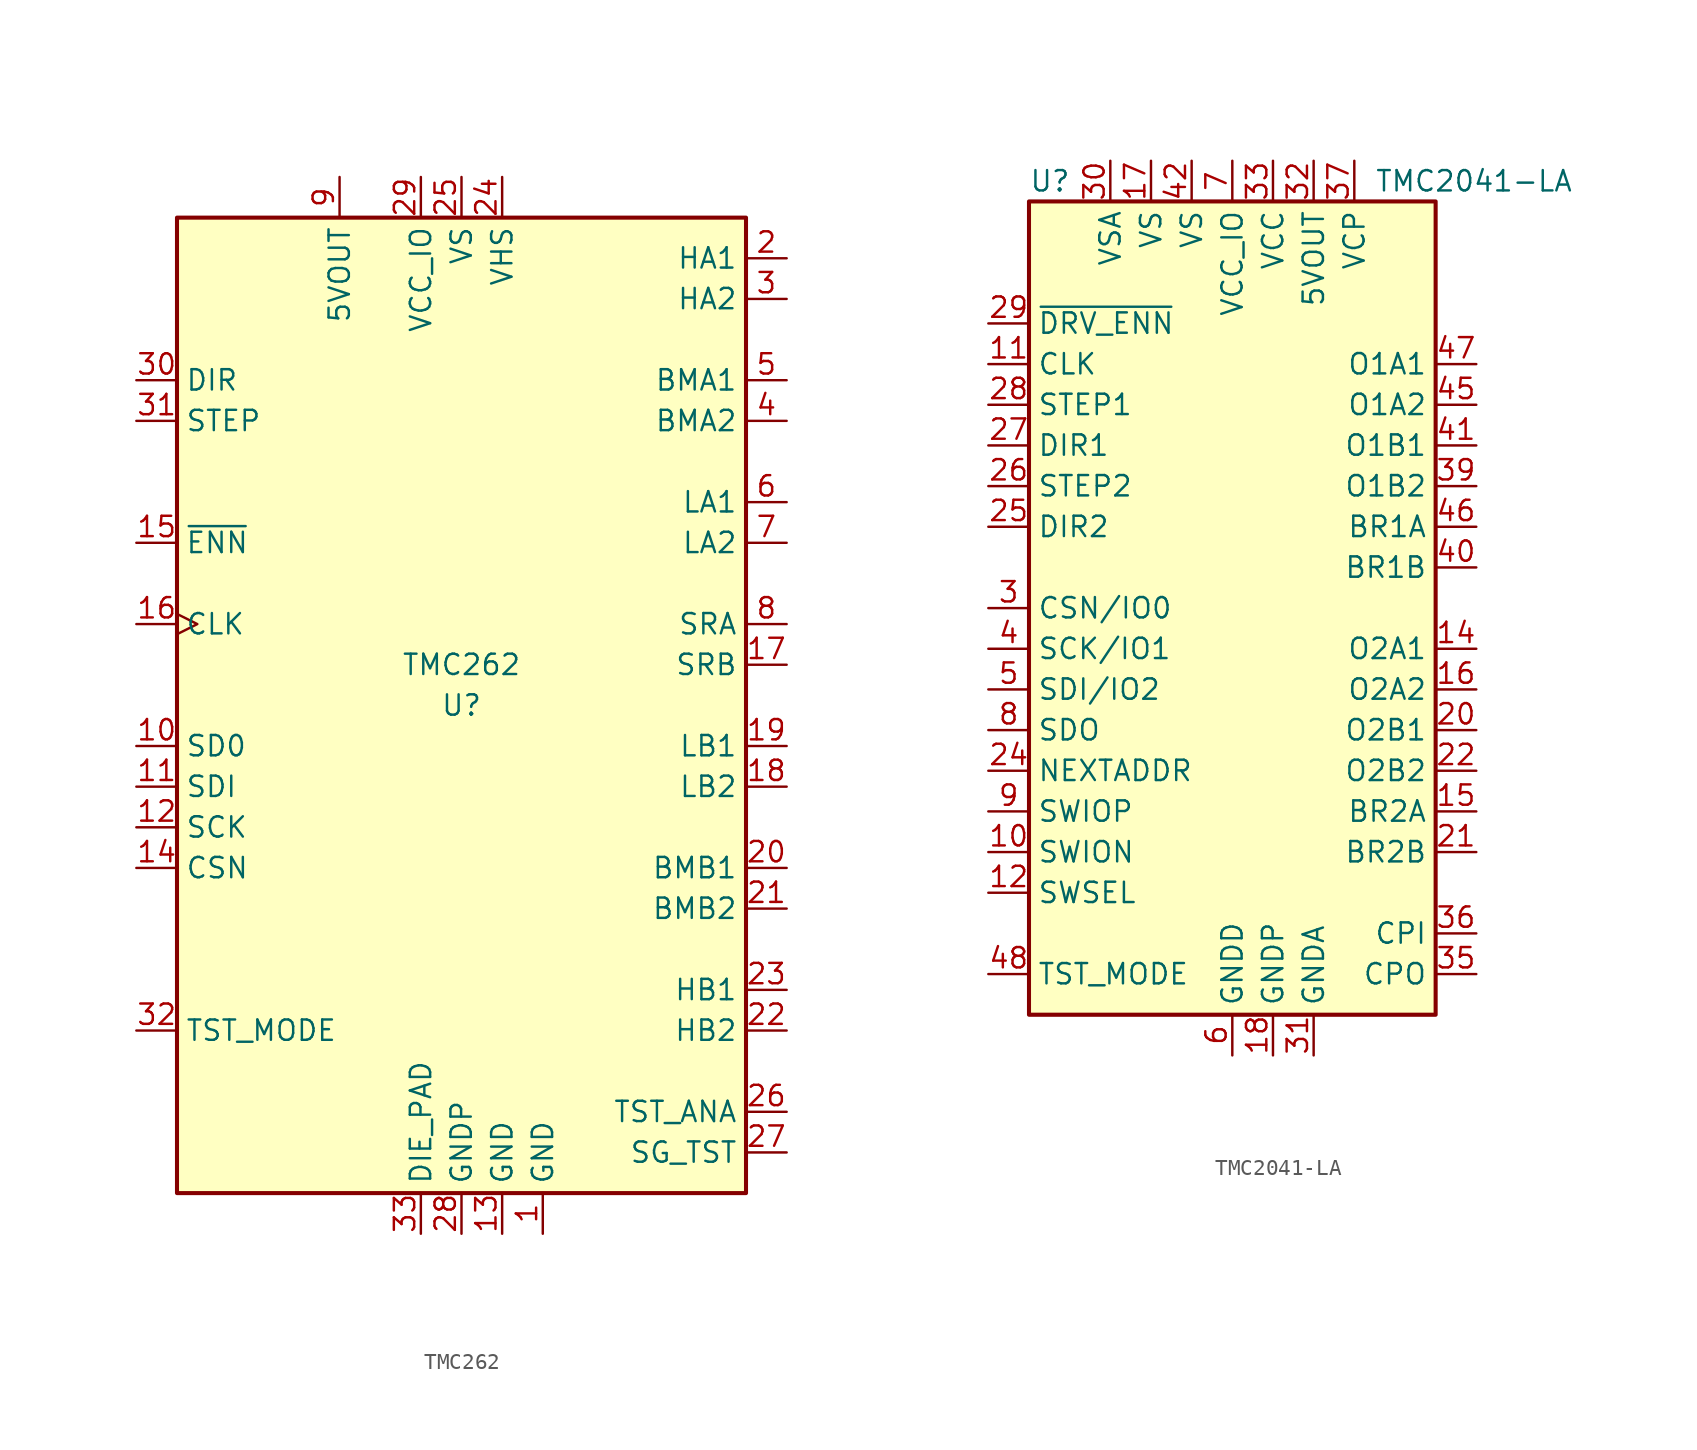
<source format=kicad_sym>
(kicad_symbol_lib
  (version 20201005)
  (generator kicad_symbol_editor)
  (symbol "Driver_Motor:TMC262"
    (property "Reference" "U"
      (at 0 0 0)
      (effects (font (size 1.27 1.27))))
    (property "Value" "TMC262"
      (at 0 2.54 0)
      (effects (font (size 1.27 1.27))))
    (symbol "TMC262_0_1"
      (rectangle (start -17.78 30.48) (end 17.78 -30.48) (stroke (width 0.254)) (fill (type background))))
    (symbol "TMC262_1_1"
      (pin power_in line (at 5.08 -33.02 90) (length 2.54) (name "GND" (effects (font (size 1.27 1.27)))) (number "1" (effects (font (size 1.27 1.27)))))
      (pin tri_state line (at -20.32 -2.54 0) (length 2.54) (name "SD0" (effects (font (size 1.27 1.27)))) (number "10" (effects (font (size 1.27 1.27)))))
      (pin input line (at -20.32 -5.08 0) (length 2.54) (name "SDI" (effects (font (size 1.27 1.27)))) (number "11" (effects (font (size 1.27 1.27)))))
      (pin input line (at -20.32 -7.62 0) (length 2.54) (name "SCK" (effects (font (size 1.27 1.27)))) (number "12" (effects (font (size 1.27 1.27)))))
      (pin power_in line (at 2.54 -33.02 90) (length 2.54) (name "GND" (effects (font (size 1.27 1.27)))) (number "13" (effects (font (size 1.27 1.27)))))
      (pin input line (at -20.32 -10.16 0) (length 2.54) (name "CSN" (effects (font (size 1.27 1.27)))) (number "14" (effects (font (size 1.27 1.27)))))
      (pin input line (at -20.32 10.16 0) (length 2.54) (name "~ENN~" (effects (font (size 1.27 1.27)))) (number "15" (effects (font (size 1.27 1.27)))))
      (pin input clock (at -20.32 5.08 0) (length 2.54) (name "CLK" (effects (font (size 1.27 1.27)))) (number "16" (effects (font (size 1.27 1.27)))))
      (pin input line (at 20.32 2.54 180) (length 2.54) (name "SRB" (effects (font (size 1.27 1.27)))) (number "17" (effects (font (size 1.27 1.27)))))
      (pin output line (at 20.32 -5.08 180) (length 2.54) (name "LB2" (effects (font (size 1.27 1.27)))) (number "18" (effects (font (size 1.27 1.27)))))
      (pin output line (at 20.32 -2.54 180) (length 2.54) (name "LB1" (effects (font (size 1.27 1.27)))) (number "19" (effects (font (size 1.27 1.27)))))
      (pin output line (at 20.32 27.94 180) (length 2.54) (name "HA1" (effects (font (size 1.27 1.27)))) (number "2" (effects (font (size 1.27 1.27)))))
      (pin input line (at 20.32 -10.16 180) (length 2.54) (name "BMB1" (effects (font (size 1.27 1.27)))) (number "20" (effects (font (size 1.27 1.27)))))
      (pin input line (at 20.32 -12.7 180) (length 2.54) (name "BMB2" (effects (font (size 1.27 1.27)))) (number "21" (effects (font (size 1.27 1.27)))))
      (pin output line (at 20.32 -20.32 180) (length 2.54) (name "HB2" (effects (font (size 1.27 1.27)))) (number "22" (effects (font (size 1.27 1.27)))))
      (pin output line (at 20.32 -17.78 180) (length 2.54) (name "HB1" (effects (font (size 1.27 1.27)))) (number "23" (effects (font (size 1.27 1.27)))))
      (pin power_in line (at 2.54 33.02 270) (length 2.54) (name "VHS" (effects (font (size 1.27 1.27)))) (number "24" (effects (font (size 1.27 1.27)))))
      (pin power_in line (at 0 33.02 270) (length 2.54) (name "VS" (effects (font (size 1.27 1.27)))) (number "25" (effects (font (size 1.27 1.27)))))
      (pin output line (at 20.32 -25.4 180) (length 2.54) (name "TST_ANA" (effects (font (size 1.27 1.27)))) (number "26" (effects (font (size 1.27 1.27)))))
      (pin output line (at 20.32 -27.94 180) (length 2.54) (name "SG_TST" (effects (font (size 1.27 1.27)))) (number "27" (effects (font (size 1.27 1.27)))))
      (pin power_in line (at 0 -33.02 90) (length 2.54) (name "GNDP" (effects (font (size 1.27 1.27)))) (number "28" (effects (font (size 1.27 1.27)))))
      (pin power_in line (at -2.54 33.02 270) (length 2.54) (name "VCC_IO" (effects (font (size 1.27 1.27)))) (number "29" (effects (font (size 1.27 1.27)))))
      (pin output line (at 20.32 25.4 180) (length 2.54) (name "HA2" (effects (font (size 1.27 1.27)))) (number "3" (effects (font (size 1.27 1.27)))))
      (pin input line (at -20.32 20.32 0) (length 2.54) (name "DIR" (effects (font (size 1.27 1.27)))) (number "30" (effects (font (size 1.27 1.27)))))
      (pin input line (at -20.32 17.78 0) (length 2.54) (name "STEP" (effects (font (size 1.27 1.27)))) (number "31" (effects (font (size 1.27 1.27)))))
      (pin input line (at -20.32 -20.32 0) (length 2.54) (name "TST_MODE" (effects (font (size 1.27 1.27)))) (number "32" (effects (font (size 1.27 1.27)))))
      (pin input line (at -2.54 -33.02 90) (length 2.54) (name "DIE_PAD" (effects (font (size 1.27 1.27)))) (number "33" (effects (font (size 1.27 1.27)))))
      (pin input line (at 20.32 17.78 180) (length 2.54) (name "BMA2" (effects (font (size 1.27 1.27)))) (number "4" (effects (font (size 1.27 1.27)))))
      (pin input line (at 20.32 20.32 180) (length 2.54) (name "BMA1" (effects (font (size 1.27 1.27)))) (number "5" (effects (font (size 1.27 1.27)))))
      (pin output line (at 20.32 12.7 180) (length 2.54) (name "LA1" (effects (font (size 1.27 1.27)))) (number "6" (effects (font (size 1.27 1.27)))))
      (pin output line (at 20.32 10.16 180) (length 2.54) (name "LA2" (effects (font (size 1.27 1.27)))) (number "7" (effects (font (size 1.27 1.27)))))
      (pin input line (at 20.32 5.08 180) (length 2.54) (name "SRA" (effects (font (size 1.27 1.27)))) (number "8" (effects (font (size 1.27 1.27)))))
      (pin power_out line (at -7.62 33.02 270) (length 2.54) (name "5VOUT" (effects (font (size 1.27 1.27)))) (number "9" (effects (font (size 1.27 1.27)))))))
  (symbol "Driver_Motor:TMC2041-LA"
    (property "Reference" "U"
      (at -12.7 26.67 0)
      (effects (font (size 1.27 1.27)) (justify left)))
    (property "Value" "TMC2041-LA"
      (at 8.89 26.67 0)
      (effects (font (size 1.27 1.27)) (justify left)))
    (symbol "TMC2041-LA_0_1"
      (rectangle (start -12.7 25.4) (end 12.7 -25.4) (stroke (width 0.254)) (fill (type background))))
    (symbol "TMC2041-LA_1_1"
      (pin passive line (at 0 -27.94 90) (length 2.54) hide (name "GNDD" (effects (font (size 1.27 1.27)))) (number "1" (effects (font (size 1.27 1.27)))))
      (pin bidirectional line (at -15.24 -15.24 0) (length 2.54) (name "SWION" (effects (font (size 1.27 1.27)))) (number "10" (effects (font (size 1.27 1.27)))))
      (pin input line (at -15.24 15.24 0) (length 2.54) (name "CLK" (effects (font (size 1.27 1.27)))) (number "11" (effects (font (size 1.27 1.27)))))
      (pin input line (at -15.24 -17.78 0) (length 2.54) (name "SWSEL" (effects (font (size 1.27 1.27)))) (number "12" (effects (font (size 1.27 1.27)))))
      (pin passive line (at 0 -27.94 90) (length 2.54) hide (name "GNDD" (effects (font (size 1.27 1.27)))) (number "13" (effects (font (size 1.27 1.27)))))
      (pin output line (at 15.24 -2.54 180) (length 2.54) (name "O2A1" (effects (font (size 1.27 1.27)))) (number "14" (effects (font (size 1.27 1.27)))))
      (pin passive line (at 15.24 -12.7 180) (length 2.54) (name "BR2A" (effects (font (size 1.27 1.27)))) (number "15" (effects (font (size 1.27 1.27)))))
      (pin output line (at 15.24 -5.08 180) (length 2.54) (name "O2A2" (effects (font (size 1.27 1.27)))) (number "16" (effects (font (size 1.27 1.27)))))
      (pin power_in line (at -5.08 27.94 270) (length 2.54) (name "VS" (effects (font (size 1.27 1.27)))) (number "17" (effects (font (size 1.27 1.27)))))
      (pin power_in line (at 2.54 -27.94 90) (length 2.54) (name "GNDP" (effects (font (size 1.27 1.27)))) (number "18" (effects (font (size 1.27 1.27)))))
      (pin passive line (at -5.08 27.94 270) (length 2.54) hide (name "VS" (effects (font (size 1.27 1.27)))) (number "19" (effects (font (size 1.27 1.27)))))
      (pin passive line (at 0 -27.94 90) (length 2.54) hide (name "GNDD" (effects (font (size 1.27 1.27)))) (number "2" (effects (font (size 1.27 1.27)))))
      (pin output line (at 15.24 -7.62 180) (length 2.54) (name "O2B1" (effects (font (size 1.27 1.27)))) (number "20" (effects (font (size 1.27 1.27)))))
      (pin passive line (at 15.24 -15.24 180) (length 2.54) (name "BR2B" (effects (font (size 1.27 1.27)))) (number "21" (effects (font (size 1.27 1.27)))))
      (pin output line (at 15.24 -10.16 180) (length 2.54) (name "O2B2" (effects (font (size 1.27 1.27)))) (number "22" (effects (font (size 1.27 1.27)))))
      (pin passive line (at 0 -27.94 90) (length 2.54) hide (name "GNDD" (effects (font (size 1.27 1.27)))) (number "23" (effects (font (size 1.27 1.27)))))
      (pin input line (at -15.24 -10.16 0) (length 2.54) (name "NEXTADDR" (effects (font (size 1.27 1.27)))) (number "24" (effects (font (size 1.27 1.27)))))
      (pin input line (at -15.24 5.08 0) (length 2.54) (name "DIR2" (effects (font (size 1.27 1.27)))) (number "25" (effects (font (size 1.27 1.27)))))
      (pin input line (at -15.24 7.62 0) (length 2.54) (name "STEP2" (effects (font (size 1.27 1.27)))) (number "26" (effects (font (size 1.27 1.27)))))
      (pin input line (at -15.24 10.16 0) (length 2.54) (name "DIR1" (effects (font (size 1.27 1.27)))) (number "27" (effects (font (size 1.27 1.27)))))
      (pin input line (at -15.24 12.7 0) (length 2.54) (name "STEP1" (effects (font (size 1.27 1.27)))) (number "28" (effects (font (size 1.27 1.27)))))
      (pin input line (at -15.24 17.78 0) (length 2.54) (name "~DRV_ENN" (effects (font (size 1.27 1.27)))) (number "29" (effects (font (size 1.27 1.27)))))
      (pin bidirectional line (at -15.24 0 0) (length 2.54) (name "CSN/IO0" (effects (font (size 1.27 1.27)))) (number "3" (effects (font (size 1.27 1.27)))))
      (pin power_in line (at -7.62 27.94 270) (length 2.54) (name "VSA" (effects (font (size 1.27 1.27)))) (number "30" (effects (font (size 1.27 1.27)))))
      (pin power_in line (at 5.08 -27.94 90) (length 2.54) (name "GNDA" (effects (font (size 1.27 1.27)))) (number "31" (effects (font (size 1.27 1.27)))))
      (pin power_out line (at 5.08 27.94 270) (length 2.54) (name "5VOUT" (effects (font (size 1.27 1.27)))) (number "32" (effects (font (size 1.27 1.27)))))
      (pin power_in line (at 2.54 27.94 270) (length 2.54) (name "VCC" (effects (font (size 1.27 1.27)))) (number "33" (effects (font (size 1.27 1.27)))))
      (pin passive line (at 0 -27.94 90) (length 2.54) hide (name "GNDD" (effects (font (size 1.27 1.27)))) (number "34" (effects (font (size 1.27 1.27)))))
      (pin passive line (at 15.24 -22.86 180) (length 2.54) (name "CPO" (effects (font (size 1.27 1.27)))) (number "35" (effects (font (size 1.27 1.27)))))
      (pin passive line (at 15.24 -20.32 180) (length 2.54) (name "CPI" (effects (font (size 1.27 1.27)))) (number "36" (effects (font (size 1.27 1.27)))))
      (pin passive line (at 7.62 27.94 270) (length 2.54) (name "VCP" (effects (font (size 1.27 1.27)))) (number "37" (effects (font (size 1.27 1.27)))))
      (pin passive line (at 0 -27.94 90) (length 2.54) hide (name "GNDD" (effects (font (size 1.27 1.27)))) (number "38" (effects (font (size 1.27 1.27)))))
      (pin output line (at 15.24 7.62 180) (length 2.54) (name "O1B2" (effects (font (size 1.27 1.27)))) (number "39" (effects (font (size 1.27 1.27)))))
      (pin bidirectional line (at -15.24 -2.54 0) (length 2.54) (name "SCK/IO1" (effects (font (size 1.27 1.27)))) (number "4" (effects (font (size 1.27 1.27)))))
      (pin passive line (at 15.24 2.54 180) (length 2.54) (name "BR1B" (effects (font (size 1.27 1.27)))) (number "40" (effects (font (size 1.27 1.27)))))
      (pin output line (at 15.24 10.16 180) (length 2.54) (name "O1B1" (effects (font (size 1.27 1.27)))) (number "41" (effects (font (size 1.27 1.27)))))
      (pin power_in line (at -2.54 27.94 270) (length 2.54) (name "VS" (effects (font (size 1.27 1.27)))) (number "42" (effects (font (size 1.27 1.27)))))
      (pin passive line (at 2.54 -27.94 90) (length 2.54) hide (name "GNDP" (effects (font (size 1.27 1.27)))) (number "43" (effects (font (size 1.27 1.27)))))
      (pin passive line (at -2.54 27.94 270) (length 2.54) hide (name "VS" (effects (font (size 1.27 1.27)))) (number "44" (effects (font (size 1.27 1.27)))))
      (pin output line (at 15.24 12.7 180) (length 2.54) (name "O1A2" (effects (font (size 1.27 1.27)))) (number "45" (effects (font (size 1.27 1.27)))))
      (pin passive line (at 15.24 5.08 180) (length 2.54) (name "BR1A" (effects (font (size 1.27 1.27)))) (number "46" (effects (font (size 1.27 1.27)))))
      (pin output line (at 15.24 15.24 180) (length 2.54) (name "O1A1" (effects (font (size 1.27 1.27)))) (number "47" (effects (font (size 1.27 1.27)))))
      (pin input line (at -15.24 -22.86 0) (length 2.54) (name "TST_MODE" (effects (font (size 1.27 1.27)))) (number "48" (effects (font (size 1.27 1.27)))))
      (pin passive line (at 0 -27.94 90) (length 2.54) hide (name "GNDD" (effects (font (size 1.27 1.27)))) (number "49" (effects (font (size 1.27 1.27)))))
      (pin bidirectional line (at -15.24 -5.08 0) (length 2.54) (name "SDI/IO2" (effects (font (size 1.27 1.27)))) (number "5" (effects (font (size 1.27 1.27)))))
      (pin power_in line (at 0 -27.94 90) (length 2.54) (name "GNDD" (effects (font (size 1.27 1.27)))) (number "6" (effects (font (size 1.27 1.27)))))
      (pin power_in line (at 0 27.94 270) (length 2.54) (name "VCC_IO" (effects (font (size 1.27 1.27)))) (number "7" (effects (font (size 1.27 1.27)))))
      (pin bidirectional line (at -15.24 -7.62 0) (length 2.54) (name "SDO" (effects (font (size 1.27 1.27)))) (number "8" (effects (font (size 1.27 1.27)))))
      (pin bidirectional line (at -15.24 -12.7 0) (length 2.54) (name "SWIOP" (effects (font (size 1.27 1.27)))) (number "9" (effects (font (size 1.27 1.27))))))))
</source>
